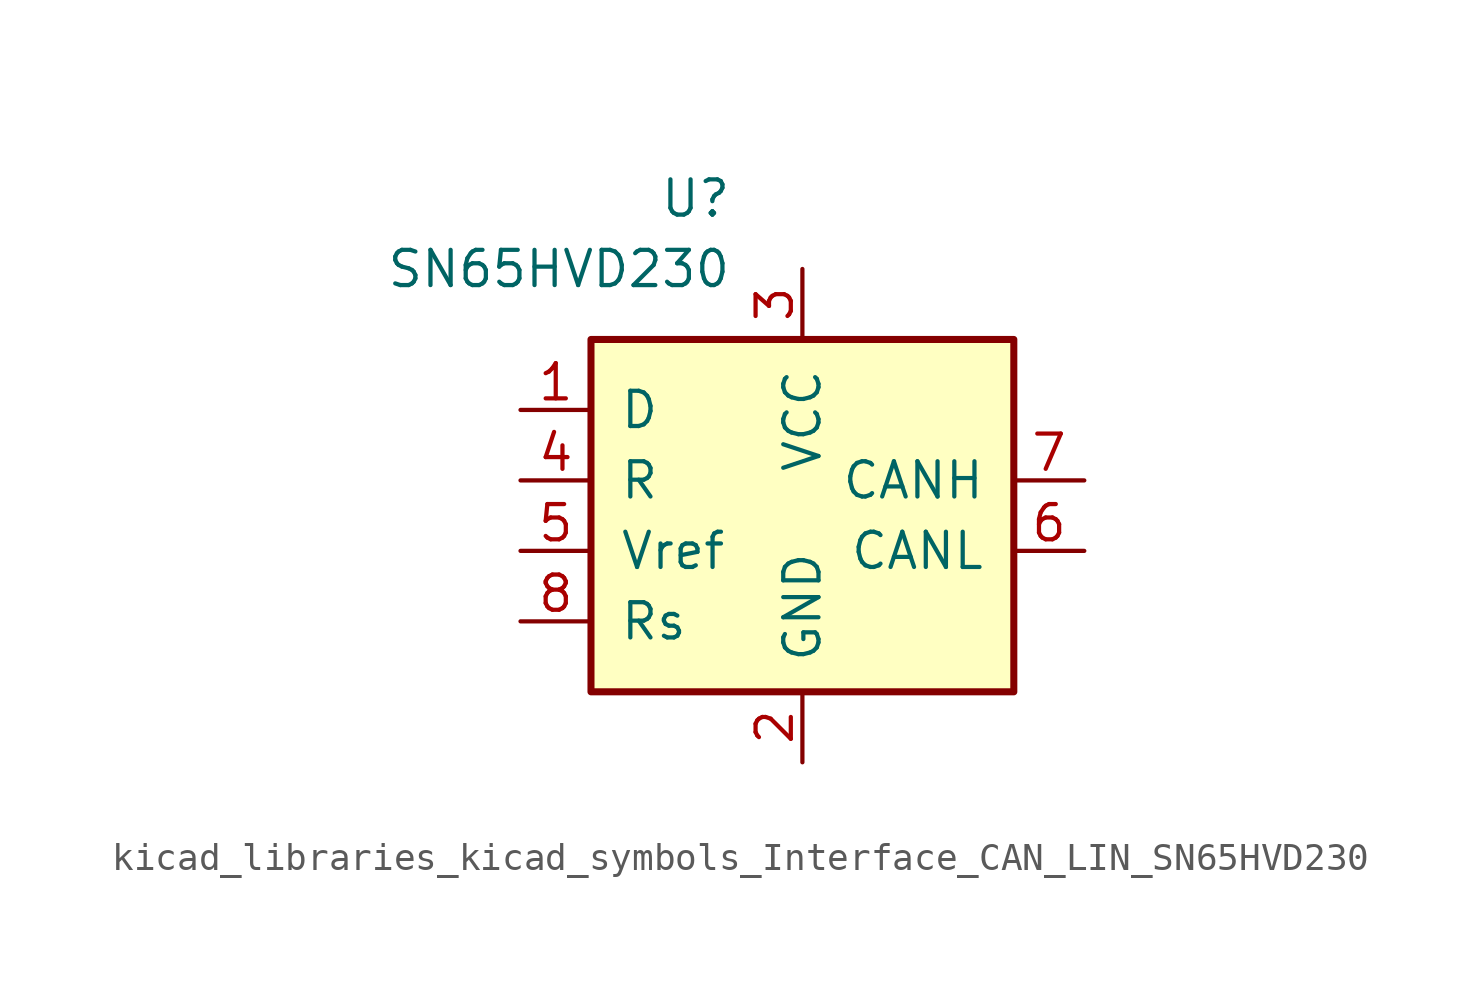
<source format=kicad_sym>
(kicad_symbol_lib
  (version 20220914)
  (generator kicad_symbol_editor)
  (symbol "kicad_libraries_kicad_symbols_Interface_CAN_LIN_SN65HVD230"
    (pin_names
      (offset 1.016))
    (property "Reference" "U"
      (at -2.54 10.16 0)
      (effects (font (size 1.27 1.27)) (justify right)))
    (property "Value" "SN65HVD230"
      (at -2.54 7.62 0)
      (effects (font (size 1.27 1.27)) (justify right)))
    (symbol "kicad_libraries_kicad_symbols_Interface_CAN_LIN_SN65HVD230_0_1"
      (rectangle (start -7.62 5.08) (end 7.62 -7.62) (stroke (width 0.254) (type default)) (fill (type background))))
    (symbol "kicad_libraries_kicad_symbols_Interface_CAN_LIN_SN65HVD230_1_1"
      (pin input line (at -10.16 2.54 0) (length 2.54) (name "D" (effects (font (size 1.27 1.27)))) (number "1" (effects (font (size 1.27 1.27)))))
      (pin power_in line (at 0 -10.16 90) (length 2.54) (name "GND" (effects (font (size 1.27 1.27)))) (number "2" (effects (font (size 1.27 1.27)))))
      (pin power_in line (at 0 7.62 270) (length 2.54) (name "VCC" (effects (font (size 1.27 1.27)))) (number "3" (effects (font (size 1.27 1.27)))))
      (pin output line (at -10.16 0 0) (length 2.54) (name "R" (effects (font (size 1.27 1.27)))) (number "4" (effects (font (size 1.27 1.27)))))
      (pin output line (at -10.16 -2.54 0) (length 2.54) (name "Vref" (effects (font (size 1.27 1.27)))) (number "5" (effects (font (size 1.27 1.27)))))
      (pin bidirectional line (at 10.16 -2.54 180) (length 2.54) (name "CANL" (effects (font (size 1.27 1.27)))) (number "6" (effects (font (size 1.27 1.27)))))
      (pin bidirectional line (at 10.16 0 180) (length 2.54) (name "CANH" (effects (font (size 1.27 1.27)))) (number "7" (effects (font (size 1.27 1.27)))))
      (pin input line (at -10.16 -5.08 0) (length 2.54) (name "Rs" (effects (font (size 1.27 1.27)))) (number "8" (effects (font (size 1.27 1.27))))))))
</source>
